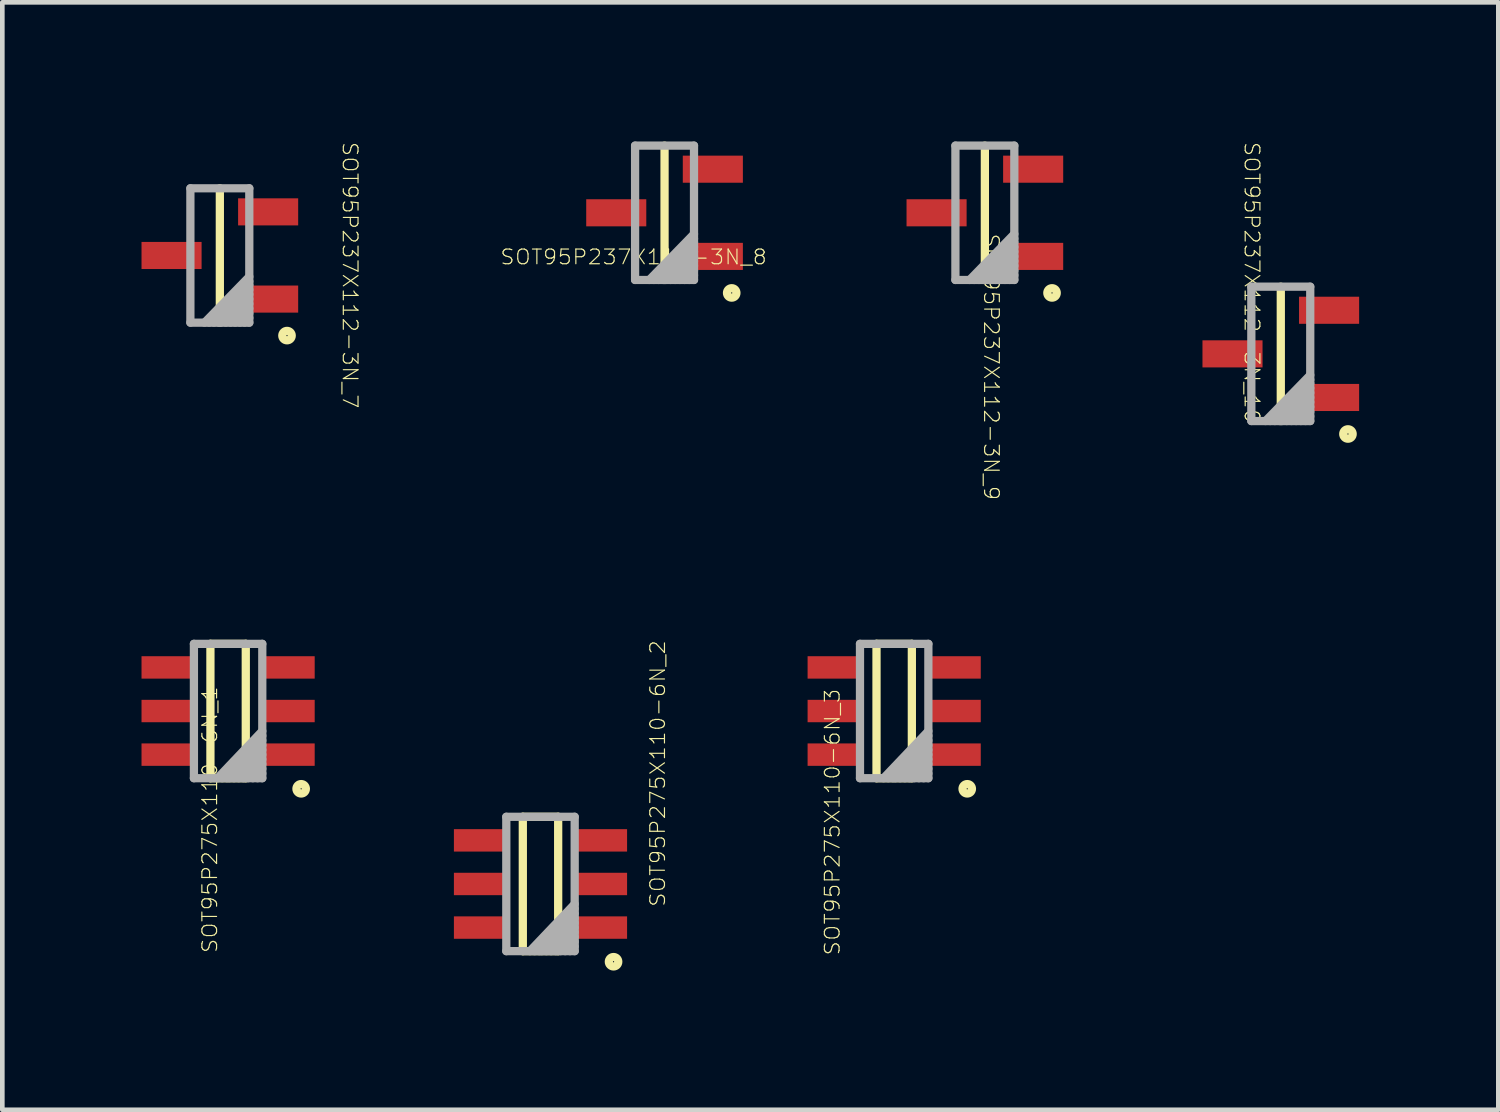
<source format=kicad_pcb>
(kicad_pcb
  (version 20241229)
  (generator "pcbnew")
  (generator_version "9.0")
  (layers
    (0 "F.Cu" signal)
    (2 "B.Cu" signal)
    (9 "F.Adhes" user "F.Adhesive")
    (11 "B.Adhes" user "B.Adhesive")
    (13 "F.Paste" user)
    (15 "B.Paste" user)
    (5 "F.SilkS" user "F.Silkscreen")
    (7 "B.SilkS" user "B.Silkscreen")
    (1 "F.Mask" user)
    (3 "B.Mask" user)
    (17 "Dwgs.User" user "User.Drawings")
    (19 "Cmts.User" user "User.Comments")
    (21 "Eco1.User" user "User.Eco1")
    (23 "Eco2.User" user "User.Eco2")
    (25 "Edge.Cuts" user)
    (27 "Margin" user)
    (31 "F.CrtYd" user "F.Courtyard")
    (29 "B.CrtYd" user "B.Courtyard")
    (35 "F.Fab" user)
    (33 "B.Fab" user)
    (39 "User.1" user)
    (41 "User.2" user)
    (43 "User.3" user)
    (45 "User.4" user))
  (footprint "SOT95P275X110-6N_1"
    (layer "F.Cu")
    (at 1.867 12.277)
    (property "Reference" "SOT95P275X110-6N_1" (at -0.394 2.343 90) (unlocked yes) (layer "F.SilkS") (effects (font (size 0.317 0.333) (thickness 0.025))))
    (attr smd)
    (fp_line (start -0.381 -1.448) (end -0.381 1.448) (stroke (width 0.178) (type solid)) (layer "F.SilkS"))
    (fp_line (start 0.381 -1.448) (end -0.381 -1.448) (stroke (width 0.178) (type solid)) (layer "F.SilkS"))
    (fp_line (start 0.381 -1.448) (end 0.381 1.448) (stroke (width 0.178) (type solid)) (layer "F.SilkS"))
    (fp_line (start 0.381 1.448) (end -0.381 1.448) (stroke (width 0.178) (type solid)) (layer "F.SilkS"))
    (fp_arc (start 1.4732 1.6764) (mid 1.6764 1.6764) (end 1.4732 1.6764) (stroke (width 0.1778) (type solid)) (layer "F.SilkS"))
    (fp_line (start -0.737 -1.448) (end -0.737 1.448) (stroke (width 0.178) (type solid)) (layer "F.Fab"))
    (fp_line (start 0.737 -1.448) (end -0.737 -1.448) (stroke (width 0.178) (type solid)) (layer "F.Fab"))
    (fp_line (start 0.737 -1.448) (end 0.737 1.448) (stroke (width 0.178) (type solid)) (layer "F.Fab"))
    (fp_line (start 0.737 0.432) (end -0.229 1.448) (stroke (width 0.178) (type solid)) (layer "F.Fab"))
    (fp_line (start 0.737 0.533) (end -0.127 1.448) (stroke (width 0.178) (type solid)) (layer "F.Fab"))
    (fp_line (start 0.737 0.635) (end -0.025 1.448) (stroke (width 0.178) (type solid)) (layer "F.Fab"))
    (fp_line (start 0.737 0.737) (end 0.025 1.448) (stroke (width 0.178) (type solid)) (layer "F.Fab"))
    (fp_line (start 0.737 0.838) (end 0.127 1.448) (stroke (width 0.178) (type solid)) (layer "F.Fab"))
    (fp_line (start 0.737 0.94) (end 0.229 1.448) (stroke (width 0.178) (type solid)) (layer "F.Fab"))
    (fp_line (start 0.737 1.041) (end 0.33 1.448) (stroke (width 0.178) (type solid)) (layer "F.Fab"))
    (fp_line (start 0.737 1.143) (end 0.432 1.448) (stroke (width 0.178) (type solid)) (layer "F.Fab"))
    (fp_line (start 0.737 1.245) (end 0.533 1.448) (stroke (width 0.178) (type solid)) (layer "F.Fab"))
    (fp_line (start 0.737 1.346) (end 0.635 1.448) (stroke (width 0.178) (type solid)) (layer "F.Fab"))
    (fp_line (start 0.737 1.448) (end -0.737 1.448) (stroke (width 0.178) (type solid)) (layer "F.Fab"))
    (pad "1" smd rect (at 1.295 0.94) (size 1.143 0.483) (layers "F.Cu" "F.Mask" "F.Paste"))
    (pad "2" smd rect (at 1.295 0) (size 1.143 0.483) (layers "F.Cu" "F.Mask" "F.Paste"))
    (pad "3" smd rect (at 1.295 -0.94) (size 1.143 0.483) (layers "F.Cu" "F.Mask" "F.Paste"))
    (pad "4" smd rect (at -1.295 -0.94) (size 1.143 0.483) (layers "F.Cu" "F.Mask" "F.Paste"))
    (pad "5" smd rect (at -1.295 0) (size 1.143 0.483) (layers "F.Cu" "F.Mask" "F.Paste"))
    (pad "6" smd rect (at -1.295 0.94) (size 1.143 0.483) (layers "F.Cu" "F.Mask" "F.Paste")))
  (footprint "SOT95P237X112-3N_10"
    (layer "F.Cu")
    (at 24.559 4.578)
    (property "Reference" "SOT95P237X112-3N_10" (at -0.622 -1.537 270) (unlocked yes) (layer "F.SilkS") (effects (font (size 0.317 0.333) (thickness 0.025))))
    (attr smd)
    (fp_line (start 0 -1.448) (end 0 1.448) (stroke (width 0.178) (type solid)) (layer "F.SilkS"))
    (fp_arc (start 1.3462 1.7272) (mid 1.5494 1.7272) (end 1.3462 1.7272) (stroke (width 0.1778) (type solid)) (layer "F.SilkS"))
    (fp_line (start -0.635 -1.448) (end -0.635 1.448) (stroke (width 0.178) (type solid)) (layer "F.Fab"))
    (fp_line (start 0.635 -1.448) (end -0.635 -1.448) (stroke (width 0.178) (type solid)) (layer "F.Fab"))
    (fp_line (start 0.635 -1.448) (end 0.635 1.448) (stroke (width 0.178) (type solid)) (layer "F.Fab"))
    (fp_line (start 0.635 0.457) (end -0.33 1.448) (stroke (width 0.178) (type solid)) (layer "F.Fab"))
    (fp_line (start 0.635 0.559) (end -0.229 1.448) (stroke (width 0.178) (type solid)) (layer "F.Fab"))
    (fp_line (start 0.635 0.635) (end -0.127 1.448) (stroke (width 0.178) (type solid)) (layer "F.Fab"))
    (fp_line (start 0.635 0.737) (end -0.025 1.448) (stroke (width 0.178) (type solid)) (layer "F.Fab"))
    (fp_line (start 0.635 0.838) (end 0.025 1.448) (stroke (width 0.178) (type solid)) (layer "F.Fab"))
    (fp_line (start 0.635 0.94) (end 0.127 1.448) (stroke (width 0.178) (type solid)) (layer "F.Fab"))
    (fp_line (start 0.635 1.041) (end 0.229 1.448) (stroke (width 0.178) (type solid)) (layer "F.Fab"))
    (fp_line (start 0.635 1.143) (end 0.33 1.448) (stroke (width 0.178) (type solid)) (layer "F.Fab"))
    (fp_line (start 0.635 1.245) (end 0.432 1.448) (stroke (width 0.178) (type solid)) (layer "F.Fab"))
    (fp_line (start 0.635 1.346) (end 0.533 1.448) (stroke (width 0.178) (type solid)) (layer "F.Fab"))
    (fp_line (start 0.635 1.448) (end -0.635 1.448) (stroke (width 0.178) (type solid)) (layer "F.Fab"))
    (pad "1" smd rect (at 1.041 0.94) (size 1.295 0.584) (layers "F.Cu" "F.Mask" "F.Paste"))
    (pad "2" smd rect (at 1.041 -0.94) (size 1.295 0.584) (layers "F.Cu" "F.Mask" "F.Paste"))
    (pad "3" smd rect (at -1.041 0) (size 1.295 0.584) (layers "F.Cu" "F.Mask" "F.Paste")))
  (footprint "SOT95P237X112-3N_9"
    (layer "F.Cu")
    (at 18.18 1.537)
    (property "Reference" "SOT95P237X112-3N_9" (at 0.14 3.321 270) (unlocked yes) (layer "F.SilkS") (effects (font (size 0.317 0.333) (thickness 0.025))))
    (attr smd)
    (fp_line (start 0 -1.448) (end 0 1.448) (stroke (width 0.178) (type solid)) (layer "F.SilkS"))
    (fp_arc (start 1.3462 1.7272) (mid 1.5494 1.7272) (end 1.3462 1.7272) (stroke (width 0.1778) (type solid)) (layer "F.SilkS"))
    (fp_line (start -0.635 -1.448) (end -0.635 1.448) (stroke (width 0.178) (type solid)) (layer "F.Fab"))
    (fp_line (start 0.635 -1.448) (end -0.635 -1.448) (stroke (width 0.178) (type solid)) (layer "F.Fab"))
    (fp_line (start 0.635 -1.448) (end 0.635 1.448) (stroke (width 0.178) (type solid)) (layer "F.Fab"))
    (fp_line (start 0.635 0.457) (end -0.33 1.448) (stroke (width 0.178) (type solid)) (layer "F.Fab"))
    (fp_line (start 0.635 0.559) (end -0.229 1.448) (stroke (width 0.178) (type solid)) (layer "F.Fab"))
    (fp_line (start 0.635 0.635) (end -0.127 1.448) (stroke (width 0.178) (type solid)) (layer "F.Fab"))
    (fp_line (start 0.635 0.737) (end -0.025 1.448) (stroke (width 0.178) (type solid)) (layer "F.Fab"))
    (fp_line (start 0.635 0.838) (end 0.025 1.448) (stroke (width 0.178) (type solid)) (layer "F.Fab"))
    (fp_line (start 0.635 0.94) (end 0.127 1.448) (stroke (width 0.178) (type solid)) (layer "F.Fab"))
    (fp_line (start 0.635 1.041) (end 0.229 1.448) (stroke (width 0.178) (type solid)) (layer "F.Fab"))
    (fp_line (start 0.635 1.143) (end 0.33 1.448) (stroke (width 0.178) (type solid)) (layer "F.Fab"))
    (fp_line (start 0.635 1.245) (end 0.432 1.448) (stroke (width 0.178) (type solid)) (layer "F.Fab"))
    (fp_line (start 0.635 1.346) (end 0.533 1.448) (stroke (width 0.178) (type solid)) (layer "F.Fab"))
    (fp_line (start 0.635 1.448) (end -0.635 1.448) (stroke (width 0.178) (type solid)) (layer "F.Fab"))
    (pad "1" smd rect (at 1.041 0.94) (size 1.295 0.584) (layers "F.Cu" "F.Mask" "F.Paste"))
    (pad "2" smd rect (at 1.041 -0.94) (size 1.295 0.584) (layers "F.Cu" "F.Mask" "F.Paste"))
    (pad "3" smd rect (at -1.041 0) (size 1.295 0.584) (layers "F.Cu" "F.Mask" "F.Paste")))
  (footprint "SOT95P237X112-3N_8"
    (layer "F.Cu")
    (at 11.275 1.537)
    (property "Reference" "SOT95P237X112-3N_8" (at -0.667 0.953 0) (unlocked yes) (layer "F.SilkS") (effects (font (size 0.317 0.333) (thickness 0.025))))
    (attr smd)
    (fp_line (start 0 -1.448) (end 0 1.448) (stroke (width 0.178) (type solid)) (layer "F.SilkS"))
    (fp_arc (start 1.3462 1.7272) (mid 1.5494 1.7272) (end 1.3462 1.7272) (stroke (width 0.1778) (type solid)) (layer "F.SilkS"))
    (fp_line (start -0.635 -1.448) (end -0.635 1.448) (stroke (width 0.178) (type solid)) (layer "F.Fab"))
    (fp_line (start 0.635 -1.448) (end -0.635 -1.448) (stroke (width 0.178) (type solid)) (layer "F.Fab"))
    (fp_line (start 0.635 -1.448) (end 0.635 1.448) (stroke (width 0.178) (type solid)) (layer "F.Fab"))
    (fp_line (start 0.635 0.457) (end -0.33 1.448) (stroke (width 0.178) (type solid)) (layer "F.Fab"))
    (fp_line (start 0.635 0.559) (end -0.229 1.448) (stroke (width 0.178) (type solid)) (layer "F.Fab"))
    (fp_line (start 0.635 0.635) (end -0.127 1.448) (stroke (width 0.178) (type solid)) (layer "F.Fab"))
    (fp_line (start 0.635 0.737) (end -0.025 1.448) (stroke (width 0.178) (type solid)) (layer "F.Fab"))
    (fp_line (start 0.635 0.838) (end 0.025 1.448) (stroke (width 0.178) (type solid)) (layer "F.Fab"))
    (fp_line (start 0.635 0.94) (end 0.127 1.448) (stroke (width 0.178) (type solid)) (layer "F.Fab"))
    (fp_line (start 0.635 1.041) (end 0.229 1.448) (stroke (width 0.178) (type solid)) (layer "F.Fab"))
    (fp_line (start 0.635 1.143) (end 0.33 1.448) (stroke (width 0.178) (type solid)) (layer "F.Fab"))
    (fp_line (start 0.635 1.245) (end 0.432 1.448) (stroke (width 0.178) (type solid)) (layer "F.Fab"))
    (fp_line (start 0.635 1.346) (end 0.533 1.448) (stroke (width 0.178) (type solid)) (layer "F.Fab"))
    (fp_line (start 0.635 1.448) (end -0.635 1.448) (stroke (width 0.178) (type solid)) (layer "F.Fab"))
    (pad "1" smd rect (at 1.041 0.94) (size 1.295 0.584) (layers "F.Cu" "F.Mask" "F.Paste"))
    (pad "2" smd rect (at 1.041 -0.94) (size 1.295 0.584) (layers "F.Cu" "F.Mask" "F.Paste"))
    (pad "3" smd rect (at -1.041 0) (size 1.295 0.584) (layers "F.Cu" "F.Mask" "F.Paste")))
  (footprint "SOT95P275X110-6N_2"
    (layer "F.Cu")
    (at 8.601 16.005)
    (property "Reference" "SOT95P275X110-6N_2" (at 2.527 -2.381 90) (unlocked yes) (layer "F.SilkS") (effects (font (size 0.317 0.333) (thickness 0.025))))
    (attr smd)
    (fp_line (start -0.381 -1.448) (end -0.381 1.448) (stroke (width 0.178) (type solid)) (layer "F.SilkS"))
    (fp_line (start 0.381 -1.448) (end -0.381 -1.448) (stroke (width 0.178) (type solid)) (layer "F.SilkS"))
    (fp_line (start 0.381 -1.448) (end 0.381 1.448) (stroke (width 0.178) (type solid)) (layer "F.SilkS"))
    (fp_line (start 0.381 1.448) (end -0.381 1.448) (stroke (width 0.178) (type solid)) (layer "F.SilkS"))
    (fp_arc (start 1.4732 1.6764) (mid 1.6764 1.6764) (end 1.4732 1.6764) (stroke (width 0.1778) (type solid)) (layer "F.SilkS"))
    (fp_line (start -0.737 -1.448) (end -0.737 1.448) (stroke (width 0.178) (type solid)) (layer "F.Fab"))
    (fp_line (start 0.737 -1.448) (end -0.737 -1.448) (stroke (width 0.178) (type solid)) (layer "F.Fab"))
    (fp_line (start 0.737 -1.448) (end 0.737 1.448) (stroke (width 0.178) (type solid)) (layer "F.Fab"))
    (fp_line (start 0.737 0.432) (end -0.229 1.448) (stroke (width 0.178) (type solid)) (layer "F.Fab"))
    (fp_line (start 0.737 0.533) (end -0.127 1.448) (stroke (width 0.178) (type solid)) (layer "F.Fab"))
    (fp_line (start 0.737 0.635) (end -0.025 1.448) (stroke (width 0.178) (type solid)) (layer "F.Fab"))
    (fp_line (start 0.737 0.737) (end 0.025 1.448) (stroke (width 0.178) (type solid)) (layer "F.Fab"))
    (fp_line (start 0.737 0.838) (end 0.127 1.448) (stroke (width 0.178) (type solid)) (layer "F.Fab"))
    (fp_line (start 0.737 0.94) (end 0.229 1.448) (stroke (width 0.178) (type solid)) (layer "F.Fab"))
    (fp_line (start 0.737 1.041) (end 0.33 1.448) (stroke (width 0.178) (type solid)) (layer "F.Fab"))
    (fp_line (start 0.737 1.143) (end 0.432 1.448) (stroke (width 0.178) (type solid)) (layer "F.Fab"))
    (fp_line (start 0.737 1.245) (end 0.533 1.448) (stroke (width 0.178) (type solid)) (layer "F.Fab"))
    (fp_line (start 0.737 1.346) (end 0.635 1.448) (stroke (width 0.178) (type solid)) (layer "F.Fab"))
    (fp_line (start 0.737 1.448) (end -0.737 1.448) (stroke (width 0.178) (type solid)) (layer "F.Fab"))
    (pad "1" smd rect (at 1.295 0.94) (size 1.143 0.483) (layers "F.Cu" "F.Mask" "F.Paste"))
    (pad "2" smd rect (at 1.295 0) (size 1.143 0.483) (layers "F.Cu" "F.Mask" "F.Paste"))
    (pad "3" smd rect (at 1.295 -0.94) (size 1.143 0.483) (layers "F.Cu" "F.Mask" "F.Paste"))
    (pad "4" smd rect (at -1.295 -0.94) (size 1.143 0.483) (layers "F.Cu" "F.Mask" "F.Paste"))
    (pad "5" smd rect (at -1.295 0) (size 1.143 0.483) (layers "F.Cu" "F.Mask" "F.Paste"))
    (pad "6" smd rect (at -1.295 0.94) (size 1.143 0.483) (layers "F.Cu" "F.Mask" "F.Paste")))
  (footprint "SOT95P237X112-3N_7"
    (layer "F.Cu")
    (at 1.689 2.457)
    (property "Reference" "SOT95P237X112-3N_7" (at 2.807 0.425 270) (unlocked yes) (layer "F.SilkS") (effects (font (size 0.317 0.333) (thickness 0.025))))
    (attr smd)
    (fp_line (start 0 -1.448) (end 0 1.448) (stroke (width 0.178) (type solid)) (layer "F.SilkS"))
    (fp_arc (start 1.3462 1.7272) (mid 1.5494 1.7272) (end 1.3462 1.7272) (stroke (width 0.1778) (type solid)) (layer "F.SilkS"))
    (fp_line (start -0.635 -1.448) (end -0.635 1.448) (stroke (width 0.178) (type solid)) (layer "F.Fab"))
    (fp_line (start 0.635 -1.448) (end -0.635 -1.448) (stroke (width 0.178) (type solid)) (layer "F.Fab"))
    (fp_line (start 0.635 -1.448) (end 0.635 1.448) (stroke (width 0.178) (type solid)) (layer "F.Fab"))
    (fp_line (start 0.635 0.457) (end -0.33 1.448) (stroke (width 0.178) (type solid)) (layer "F.Fab"))
    (fp_line (start 0.635 0.559) (end -0.229 1.448) (stroke (width 0.178) (type solid)) (layer "F.Fab"))
    (fp_line (start 0.635 0.635) (end -0.127 1.448) (stroke (width 0.178) (type solid)) (layer "F.Fab"))
    (fp_line (start 0.635 0.737) (end -0.025 1.448) (stroke (width 0.178) (type solid)) (layer "F.Fab"))
    (fp_line (start 0.635 0.838) (end 0.025 1.448) (stroke (width 0.178) (type solid)) (layer "F.Fab"))
    (fp_line (start 0.635 0.94) (end 0.127 1.448) (stroke (width 0.178) (type solid)) (layer "F.Fab"))
    (fp_line (start 0.635 1.041) (end 0.229 1.448) (stroke (width 0.178) (type solid)) (layer "F.Fab"))
    (fp_line (start 0.635 1.143) (end 0.33 1.448) (stroke (width 0.178) (type solid)) (layer "F.Fab"))
    (fp_line (start 0.635 1.245) (end 0.432 1.448) (stroke (width 0.178) (type solid)) (layer "F.Fab"))
    (fp_line (start 0.635 1.346) (end 0.533 1.448) (stroke (width 0.178) (type solid)) (layer "F.Fab"))
    (fp_line (start 0.635 1.448) (end -0.635 1.448) (stroke (width 0.178) (type solid)) (layer "F.Fab"))
    (pad "1" smd rect (at 1.041 0.94) (size 1.295 0.584) (layers "F.Cu" "F.Mask" "F.Paste"))
    (pad "2" smd rect (at 1.041 -0.94) (size 1.295 0.584) (layers "F.Cu" "F.Mask" "F.Paste"))
    (pad "3" smd rect (at -1.041 0) (size 1.295 0.584) (layers "F.Cu" "F.Mask" "F.Paste")))
  (footprint "SOT95P275X110-6N_3"
    (layer "F.Cu")
    (at 16.225 12.277)
    (property "Reference" "SOT95P275X110-6N_3" (at -1.333 2.394 90) (unlocked yes) (layer "F.SilkS") (effects (font (size 0.317 0.333) (thickness 0.025))))
    (attr smd)
    (fp_line (start -0.381 -1.448) (end -0.381 1.448) (stroke (width 0.178) (type solid)) (layer "F.SilkS"))
    (fp_line (start 0.381 -1.448) (end -0.381 -1.448) (stroke (width 0.178) (type solid)) (layer "F.SilkS"))
    (fp_line (start 0.381 -1.448) (end 0.381 1.448) (stroke (width 0.178) (type solid)) (layer "F.SilkS"))
    (fp_line (start 0.381 1.448) (end -0.381 1.448) (stroke (width 0.178) (type solid)) (layer "F.SilkS"))
    (fp_arc (start 1.4732 1.6764) (mid 1.6764 1.6764) (end 1.4732 1.6764) (stroke (width 0.1778) (type solid)) (layer "F.SilkS"))
    (fp_line (start -0.737 -1.448) (end -0.737 1.448) (stroke (width 0.178) (type solid)) (layer "F.Fab"))
    (fp_line (start 0.737 -1.448) (end -0.737 -1.448) (stroke (width 0.178) (type solid)) (layer "F.Fab"))
    (fp_line (start 0.737 -1.448) (end 0.737 1.448) (stroke (width 0.178) (type solid)) (layer "F.Fab"))
    (fp_line (start 0.737 0.432) (end -0.229 1.448) (stroke (width 0.178) (type solid)) (layer "F.Fab"))
    (fp_line (start 0.737 0.533) (end -0.127 1.448) (stroke (width 0.178) (type solid)) (layer "F.Fab"))
    (fp_line (start 0.737 0.635) (end -0.025 1.448) (stroke (width 0.178) (type solid)) (layer "F.Fab"))
    (fp_line (start 0.737 0.737) (end 0.025 1.448) (stroke (width 0.178) (type solid)) (layer "F.Fab"))
    (fp_line (start 0.737 0.838) (end 0.127 1.448) (stroke (width 0.178) (type solid)) (layer "F.Fab"))
    (fp_line (start 0.737 0.94) (end 0.229 1.448) (stroke (width 0.178) (type solid)) (layer "F.Fab"))
    (fp_line (start 0.737 1.041) (end 0.33 1.448) (stroke (width 0.178) (type solid)) (layer "F.Fab"))
    (fp_line (start 0.737 1.143) (end 0.432 1.448) (stroke (width 0.178) (type solid)) (layer "F.Fab"))
    (fp_line (start 0.737 1.245) (end 0.533 1.448) (stroke (width 0.178) (type solid)) (layer "F.Fab"))
    (fp_line (start 0.737 1.346) (end 0.635 1.448) (stroke (width 0.178) (type solid)) (layer "F.Fab"))
    (fp_line (start 0.737 1.448) (end -0.737 1.448) (stroke (width 0.178) (type solid)) (layer "F.Fab"))
    (pad "1" smd rect (at 1.295 0.94) (size 1.143 0.483) (layers "F.Cu" "F.Mask" "F.Paste"))
    (pad "2" smd rect (at 1.295 0) (size 1.143 0.483) (layers "F.Cu" "F.Mask" "F.Paste"))
    (pad "3" smd rect (at 1.295 -0.94) (size 1.143 0.483) (layers "F.Cu" "F.Mask" "F.Paste"))
    (pad "4" smd rect (at -1.295 -0.94) (size 1.143 0.483) (layers "F.Cu" "F.Mask" "F.Paste"))
    (pad "5" smd rect (at -1.295 0) (size 1.143 0.483) (layers "F.Cu" "F.Mask" "F.Paste"))
    (pad "6" smd rect (at -1.295 0.94) (size 1.143 0.483) (layers "F.Cu" "F.Mask" "F.Paste")))
  (gr_rect
    (start -3 -3)
    (end 29.248 20.872)
    (stroke (width 0.1) (type default))
    (fill no)
    (layer "Edge.Cuts")))
</source>
